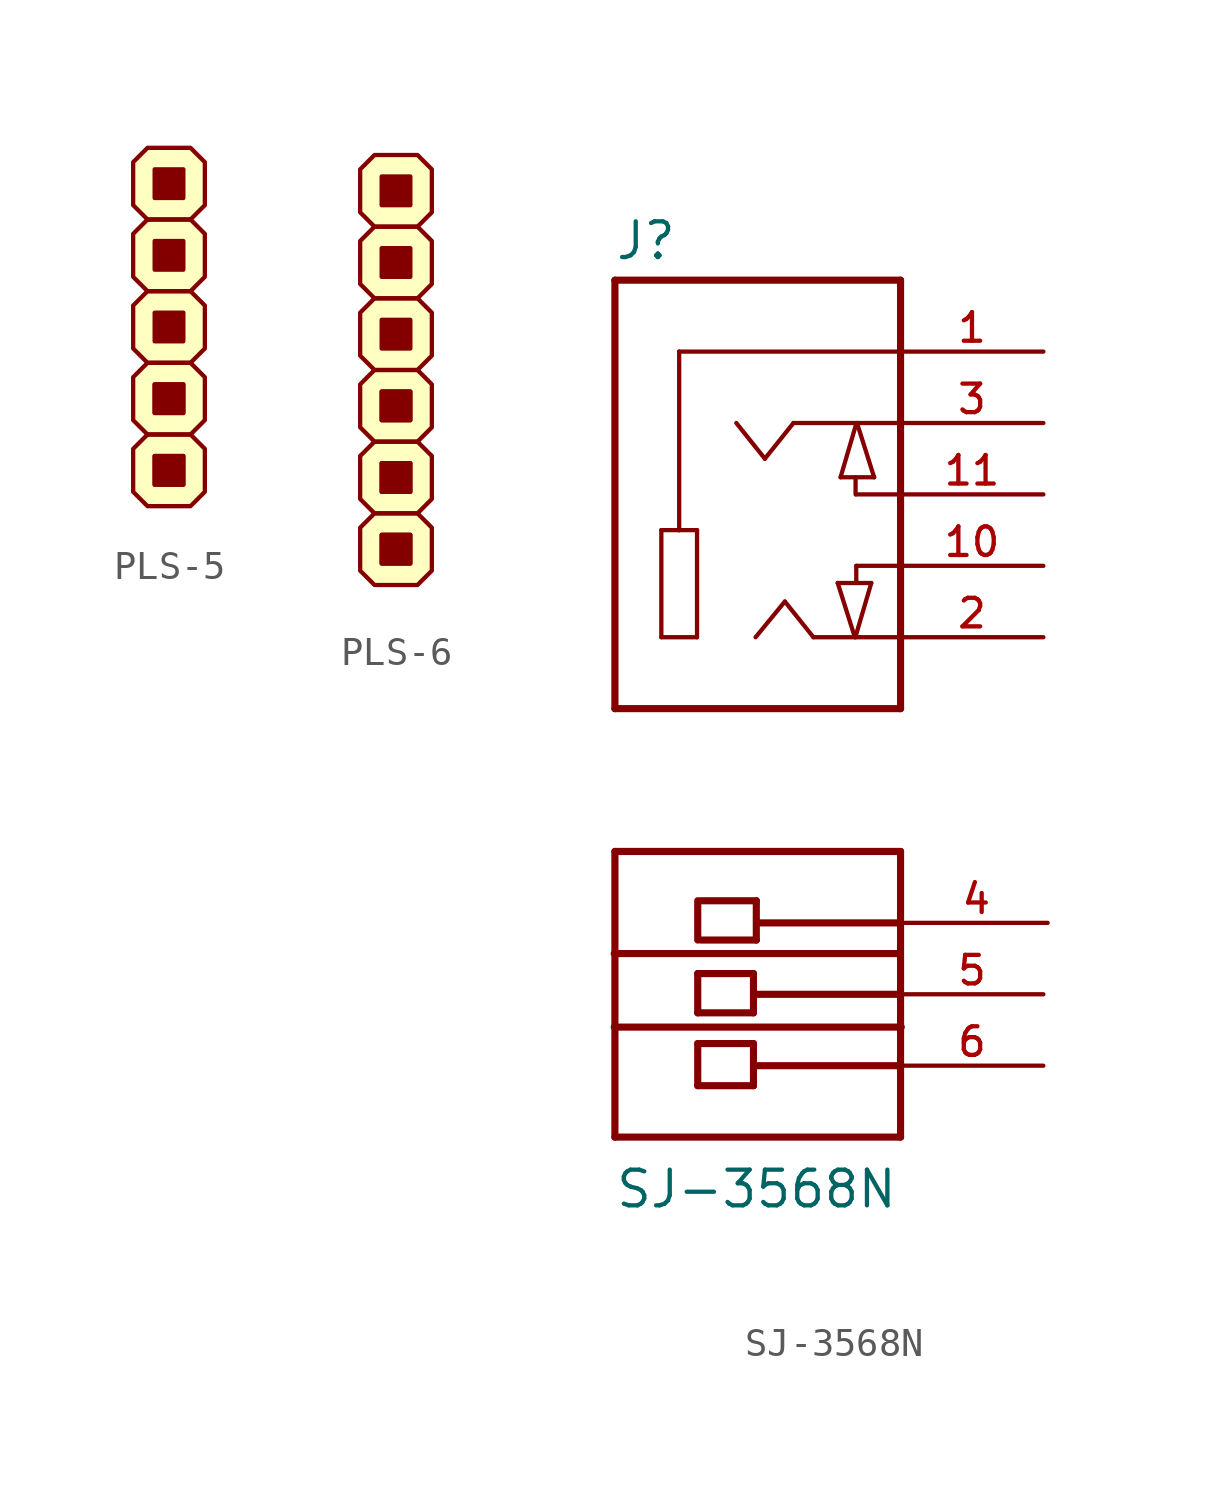
<source format=kicad_sym>
(kicad_symbol_lib
  (version 20220914)
  (generator kicad_symbol_editor)
  (symbol "PLS-5"
    (pin_names
      (offset 1.016))
    (property "Reference" "J"
      (at 0 10.16 0)
      (effects (font (size 1.27 1.27)) hide))
    (symbol "PLS-5_0_1"
      (rectangle (start -0.508 -4.572) (end 0.508 -5.588) (stroke (width 0) (type solid)) (fill (type outline)))
      (rectangle (start -0.508 -4.572) (end 0.508 -5.588) (stroke (width 0) (type solid)) (fill (type outline)))
      (rectangle (start -0.508 -2.032) (end 0.508 -3.048) (stroke (width 0) (type solid)) (fill (type outline)))
      (rectangle (start -0.508 -2.032) (end 0.508 -3.048) (stroke (width 0) (type solid)) (fill (type outline)))
      (rectangle (start -0.508 0.508) (end 0.508 -0.508) (stroke (width 0) (type solid)) (fill (type outline)))
      (rectangle (start -0.508 3.048) (end 0.508 2.032) (stroke (width 0) (type solid)) (fill (type outline)))
      (rectangle (start -0.508 5.588) (end 0.508 4.572) (stroke (width 0) (type solid)) (fill (type outline)))
      (polyline (pts (xy -1.27 -4.318) (xy -0.762 -3.81) (xy 0.762 -3.81) (xy 1.27 -4.318) (xy 1.27 -5.842) (xy 0.762 -6.35) (xy -0.762 -6.35) (xy -1.27 -5.842) (xy -1.27 -4.318)) (stroke (width 0) (type solid)) (fill (type background)))
      (polyline (pts (xy -1.27 -1.778) (xy -0.762 -1.27) (xy 0.762 -1.27) (xy 1.27 -1.778) (xy 1.27 -3.302) (xy 0.762 -3.81) (xy -0.762 -3.81) (xy -1.27 -3.302) (xy -1.27 -1.778)) (stroke (width 0) (type solid)) (fill (type background)))
      (polyline (pts (xy -1.27 0.762) (xy -0.762 1.27) (xy 0.762 1.27) (xy 1.27 0.762) (xy 1.27 -0.762) (xy 0.762 -1.27) (xy -0.762 -1.27) (xy -1.27 -0.762) (xy -1.27 0.762)) (stroke (width 0) (type solid)) (fill (type background)))
      (polyline (pts (xy -1.27 3.302) (xy -0.762 3.81) (xy 0.762 3.81) (xy 1.27 3.302) (xy 1.27 1.778) (xy 0.762 1.27) (xy -0.762 1.27) (xy -1.27 1.778) (xy -1.27 3.302)) (stroke (width 0) (type solid)) (fill (type background)))
      (polyline (pts (xy -1.27 5.842) (xy -0.762 6.35) (xy 0.762 6.35) (xy 1.27 5.842) (xy 1.27 4.318) (xy 0.762 3.81) (xy -0.762 3.81) (xy -1.27 4.318) (xy -1.27 5.842)) (stroke (width 0) (type solid)) (fill (type background))))
    (symbol "PLS-5_1_1"
      (pin passive line (at 0 -5.08 0) (length 0) (name "~" (effects (font (size 1.27 1.27)))) (number "~" (effects (font (size 1.27 1.27)))))
      (pin passive line (at 0 -5.08 0) (length 0) (name "~" (effects (font (size 1.27 1.27)))) (number "~" (effects (font (size 1.27 1.27)))))
      (pin passive line (at 0 -2.54 0) (length 0) (name "~" (effects (font (size 1.27 1.27)))) (number "~" (effects (font (size 1.27 1.27)))))
      (pin passive line (at 0 -2.54 0) (length 0) (name "~" (effects (font (size 1.27 1.27)))) (number "~" (effects (font (size 1.27 1.27)))))
      (pin passive line (at 0 0 0) (length 0) (name "~" (effects (font (size 1.27 1.27)))) (number "~" (effects (font (size 1.27 1.27)))))
      (pin passive line (at 0 2.54 0) (length 0) (name "~" (effects (font (size 1.27 1.27)))) (number "~" (effects (font (size 1.27 1.27)))))
      (pin passive line (at 0 5.08 0) (length 0) (name "~" (effects (font (size 1.27 1.27)))) (number "~" (effects (font (size 1.27 1.27)))))))
  (symbol "PLS-6"
    (pin_names
      (offset 1.016))
    (property "Reference" "J"
      (at 0 11.43 0)
      (effects (font (size 1.27 1.27)) hide))
    (symbol "PLS-6_0_1"
      (rectangle (start -0.508 -5.842) (end 0.508 -6.858) (stroke (width 0) (type solid)) (fill (type outline)))
      (rectangle (start -0.508 -5.842) (end 0.508 -6.858) (stroke (width 0) (type solid)) (fill (type outline)))
      (rectangle (start -0.508 -3.302) (end 0.508 -4.318) (stroke (width 0) (type solid)) (fill (type outline)))
      (rectangle (start -0.508 -3.302) (end 0.508 -4.318) (stroke (width 0) (type solid)) (fill (type outline)))
      (rectangle (start -0.508 -0.762) (end 0.508 -1.778) (stroke (width 0) (type solid)) (fill (type outline)))
      (rectangle (start -0.508 -0.762) (end 0.508 -1.778) (stroke (width 0) (type solid)) (fill (type outline)))
      (rectangle (start -0.508 1.778) (end 0.508 0.762) (stroke (width 0) (type solid)) (fill (type outline)))
      (rectangle (start -0.508 4.318) (end 0.508 3.302) (stroke (width 0) (type solid)) (fill (type outline)))
      (rectangle (start -0.508 6.858) (end 0.508 5.842) (stroke (width 0) (type solid)) (fill (type outline)))
      (polyline (pts (xy -1.27 -5.588) (xy -0.762 -5.08) (xy 0.762 -5.08) (xy 1.27 -5.588) (xy 1.27 -7.112) (xy 0.762 -7.62) (xy -0.762 -7.62) (xy -1.27 -7.112) (xy -1.27 -5.588)) (stroke (width 0) (type solid)) (fill (type background)))
      (polyline (pts (xy -1.27 -3.048) (xy -0.762 -2.54) (xy 0.762 -2.54) (xy 1.27 -3.048) (xy 1.27 -4.572) (xy 0.762 -5.08) (xy -0.762 -5.08) (xy -1.27 -4.572) (xy -1.27 -3.048)) (stroke (width 0) (type solid)) (fill (type background)))
      (polyline (pts (xy -1.27 -0.508) (xy -0.762 0) (xy 0.762 0) (xy 1.27 -0.508) (xy 1.27 -2.032) (xy 0.762 -2.54) (xy -0.762 -2.54) (xy -1.27 -2.032) (xy -1.27 -0.508)) (stroke (width 0) (type solid)) (fill (type background)))
      (polyline (pts (xy -1.27 2.032) (xy -0.762 2.54) (xy 0.762 2.54) (xy 1.27 2.032) (xy 1.27 0.508) (xy 0.762 0) (xy -0.762 0) (xy -1.27 0.508) (xy -1.27 2.032)) (stroke (width 0) (type solid)) (fill (type background)))
      (polyline (pts (xy -1.27 4.572) (xy -0.762 5.08) (xy 0.762 5.08) (xy 1.27 4.572) (xy 1.27 3.048) (xy 0.762 2.54) (xy -0.762 2.54) (xy -1.27 3.048) (xy -1.27 4.572)) (stroke (width 0) (type solid)) (fill (type background)))
      (polyline (pts (xy -1.27 7.112) (xy -0.762 7.62) (xy 0.762 7.62) (xy 1.27 7.112) (xy 1.27 5.588) (xy 0.762 5.08) (xy -0.762 5.08) (xy -1.27 5.588) (xy -1.27 7.112)) (stroke (width 0) (type solid)) (fill (type background))))
    (symbol "PLS-6_1_1"
      (pin passive line (at 0 -6.35 0) (length 0) (name "~" (effects (font (size 1.27 1.27)))) (number "~" (effects (font (size 1.27 1.27)))))
      (pin passive line (at 0 -6.35 0) (length 0) (name "~" (effects (font (size 1.27 1.27)))) (number "~" (effects (font (size 1.27 1.27)))))
      (pin passive line (at 0 -3.81 0) (length 0) (name "~" (effects (font (size 1.27 1.27)))) (number "~" (effects (font (size 1.27 1.27)))))
      (pin passive line (at 0 -3.81 0) (length 0) (name "~" (effects (font (size 1.27 1.27)))) (number "~" (effects (font (size 1.27 1.27)))))
      (pin passive line (at 0 -1.27 0) (length 0) (name "~" (effects (font (size 1.27 1.27)))) (number "~" (effects (font (size 1.27 1.27)))))
      (pin passive line (at 0 -1.27 0) (length 0) (name "~" (effects (font (size 1.27 1.27)))) (number "~" (effects (font (size 1.27 1.27)))))
      (pin passive line (at 0 1.27 0) (length 0) (name "~" (effects (font (size 1.27 1.27)))) (number "~" (effects (font (size 1.27 1.27)))))
      (pin passive line (at 0 3.81 0) (length 0) (name "~" (effects (font (size 1.27 1.27)))) (number "~" (effects (font (size 1.27 1.27)))))
      (pin passive line (at 0 6.35 0) (length 0) (name "~" (effects (font (size 1.27 1.27)))) (number "~" (effects (font (size 1.27 1.27)))))))
  (symbol "SJ-3568N"
    (pin_names
      (offset 1.016) hide)
    (property "Reference" "J"
      (at -5.105 15.9 0)
      (effects (font (size 1.27 1.27)) (justify left bottom)))
    (property "Value" "SJ-3568N"
      (at -5.105 -17.831 0)
      (effects (font (size 1.27 1.27)) (justify left bottom)))
    (property "ki_locked" ""
      (at 0 0 0)
      (effects (font (size 1.27 1.27))))
    (symbol "SJ-3568N_0_0"
      (polyline (pts (xy -5.105 -8.712) (xy 5.004 -8.712)) (stroke (width 0.254) (type solid)) (fill (type none)))
      (polyline (pts (xy -5.08 -15.24) (xy 5.08 -15.24)) (stroke (width 0.254) (type solid)) (fill (type none)))
      (polyline (pts (xy -5.08 -5.08) (xy -5.08 -15.24)) (stroke (width 0.254) (type solid)) (fill (type none)))
      (polyline (pts (xy -5.08 0) (xy 5.08 0)) (stroke (width 0.254) (type solid)) (fill (type none)))
      (polyline (pts (xy -5.08 15.24) (xy -5.08 0)) (stroke (width 0.254) (type solid)) (fill (type none)))
      (polyline (pts (xy -3.429 2.54) (xy -2.159 2.54)) (stroke (width 0.152) (type solid)) (fill (type none)))
      (polyline (pts (xy -3.429 6.35) (xy -3.429 2.54)) (stroke (width 0.152) (type solid)) (fill (type none)))
      (polyline (pts (xy -2.794 6.35) (xy -3.429 6.35)) (stroke (width 0.152) (type solid)) (fill (type none)))
      (polyline (pts (xy -2.794 6.35) (xy -2.794 12.7)) (stroke (width 0.152) (type solid)) (fill (type none)))
      (polyline (pts (xy -2.794 12.7) (xy 5.08 12.7)) (stroke (width 0.152) (type solid)) (fill (type none)))
      (polyline (pts (xy -2.159 2.54) (xy -2.159 6.35)) (stroke (width 0.152) (type solid)) (fill (type none)))
      (polyline (pts (xy -2.159 6.35) (xy -2.794 6.35)) (stroke (width 0.152) (type solid)) (fill (type none)))
      (polyline (pts (xy -2.134 -13.411) (xy -2.134 -11.913)) (stroke (width 0.254) (type solid)) (fill (type none)))
      (polyline (pts (xy -2.134 -11.913) (xy -0.152 -11.913)) (stroke (width 0.254) (type solid)) (fill (type none)))
      (polyline (pts (xy -2.134 -10.82) (xy -2.134 -9.423)) (stroke (width 0.254) (type solid)) (fill (type none)))
      (polyline (pts (xy -2.134 -9.423) (xy -0.152 -9.423)) (stroke (width 0.254) (type solid)) (fill (type none)))
      (polyline (pts (xy -2.134 -6.833) (xy -2.134 -8.23)) (stroke (width 0.254) (type solid)) (fill (type none)))
      (polyline (pts (xy -2.032 -8.23) (xy -0.051 -8.23)) (stroke (width 0.254) (type solid)) (fill (type none)))
      (polyline (pts (xy -0.152 -13.411) (xy -2.134 -13.411)) (stroke (width 0.254) (type solid)) (fill (type none)))
      (polyline (pts (xy -0.152 -11.913) (xy -0.152 -13.411)) (stroke (width 0.254) (type solid)) (fill (type none)))
      (polyline (pts (xy -0.152 -10.82) (xy -2.134 -10.82)) (stroke (width 0.254) (type solid)) (fill (type none)))
      (polyline (pts (xy -0.152 -9.423) (xy -0.152 -10.82)) (stroke (width 0.254) (type solid)) (fill (type none)))
      (polyline (pts (xy -0.076 2.54) (xy 0.965 3.81)) (stroke (width 0.152) (type solid)) (fill (type none)))
      (polyline (pts (xy -0.051 -8.23) (xy -0.051 -6.833)) (stroke (width 0.254) (type solid)) (fill (type none)))
      (polyline (pts (xy -0.051 -6.833) (xy -2.032 -6.833)) (stroke (width 0.254) (type solid)) (fill (type none)))
      (polyline (pts (xy 0 -12.7) (xy 5.08 -12.7)) (stroke (width 0.254) (type solid)) (fill (type none)))
      (polyline (pts (xy 0 -10.16) (xy 5.08 -10.16)) (stroke (width 0.254) (type solid)) (fill (type none)))
      (polyline (pts (xy 0 -7.62) (xy 5.08 -7.62)) (stroke (width 0.254) (type solid)) (fill (type none)))
      (polyline (pts (xy 0.254 8.89) (xy -0.762 10.16)) (stroke (width 0.152) (type solid)) (fill (type none)))
      (polyline (pts (xy 0.965 3.81) (xy 1.981 2.54)) (stroke (width 0.152) (type solid)) (fill (type none)))
      (polyline (pts (xy 1.27 10.16) (xy 0.254 8.89)) (stroke (width 0.152) (type solid)) (fill (type none)))
      (polyline (pts (xy 2.845 4.47) (xy 3.454 2.54)) (stroke (width 0.152) (type solid)) (fill (type none)))
      (polyline (pts (xy 2.845 4.47) (xy 4.039 4.47)) (stroke (width 0.152) (type solid)) (fill (type none)))
      (polyline (pts (xy 2.946 8.23) (xy 3.505 10.135)) (stroke (width 0.152) (type solid)) (fill (type none)))
      (polyline (pts (xy 3.48 2.565) (xy 3.48 2.54)) (stroke (width 0.152) (type solid)) (fill (type none)))
      (polyline (pts (xy 3.48 7.62) (xy 3.48 8.23)) (stroke (width 0.152) (type solid)) (fill (type none)))
      (polyline (pts (xy 3.505 5.08) (xy 3.505 4.47)) (stroke (width 0.152) (type solid)) (fill (type none)))
      (polyline (pts (xy 3.505 5.08) (xy 5.08 5.08)) (stroke (width 0.152) (type solid)) (fill (type none)))
      (polyline (pts (xy 3.505 7.62) (xy 5.08 7.62)) (stroke (width 0.152) (type solid)) (fill (type none)))
      (polyline (pts (xy 3.505 10.135) (xy 3.505 10.16)) (stroke (width 0.152) (type solid)) (fill (type none)))
      (polyline (pts (xy 4.039 4.47) (xy 3.48 2.565)) (stroke (width 0.152) (type solid)) (fill (type none)))
      (polyline (pts (xy 4.14 8.23) (xy 2.946 8.23)) (stroke (width 0.152) (type solid)) (fill (type none)))
      (polyline (pts (xy 4.14 8.23) (xy 3.531 10.16)) (stroke (width 0.152) (type solid)) (fill (type none)))
      (polyline (pts (xy 5.08 -15.24) (xy 5.08 -12.7)) (stroke (width 0.254) (type solid)) (fill (type none)))
      (polyline (pts (xy 5.08 -12.7) (xy 5.08 -10.16)) (stroke (width 0.254) (type solid)) (fill (type none)))
      (polyline (pts (xy 5.08 -10.16) (xy 5.08 -7.62)) (stroke (width 0.254) (type solid)) (fill (type none)))
      (polyline (pts (xy 5.08 -7.62) (xy 5.08 -5.08)) (stroke (width 0.254) (type solid)) (fill (type none)))
      (polyline (pts (xy 5.08 -5.08) (xy -5.08 -5.08)) (stroke (width 0.254) (type solid)) (fill (type none)))
      (polyline (pts (xy 5.08 2.54) (xy 1.981 2.54)) (stroke (width 0.152) (type solid)) (fill (type none)))
      (polyline (pts (xy 5.08 2.54) (xy 5.08 0)) (stroke (width 0.254) (type solid)) (fill (type none)))
      (polyline (pts (xy 5.08 7.62) (xy 5.08 2.54)) (stroke (width 0.254) (type solid)) (fill (type none)))
      (polyline (pts (xy 5.08 10.16) (xy 1.27 10.16)) (stroke (width 0.152) (type solid)) (fill (type none)))
      (polyline (pts (xy 5.08 15.24) (xy -5.08 15.24)) (stroke (width 0.254) (type solid)) (fill (type none)))
      (polyline (pts (xy 5.08 15.24) (xy 5.08 7.62)) (stroke (width 0.254) (type solid)) (fill (type none)))
      (polyline (pts (xy 5.105 -11.328) (xy -5.105 -11.328)) (stroke (width 0.254) (type solid)) (fill (type none)))
      (pin passive line (at 10.16 12.7 180) (length 5.08) (name "~" (effects (font (size 1.016 1.016)))) (number "1" (effects (font (size 1.016 1.016)))))
      (pin passive line (at 10.16 5.08 180) (length 5.08) (name "~" (effects (font (size 1.016 1.016)))) (number "10" (effects (font (size 1.016 1.016)))))
      (pin passive line (at 10.16 7.62 180) (length 5.08) (name "~" (effects (font (size 1.016 1.016)))) (number "11" (effects (font (size 1.016 1.016)))))
      (pin passive line (at 10.16 2.54 180) (length 5.08) (name "~" (effects (font (size 1.016 1.016)))) (number "2" (effects (font (size 1.016 1.016)))))
      (pin passive line (at 10.16 10.16 180) (length 5.08) (name "~" (effects (font (size 1.016 1.016)))) (number "3" (effects (font (size 1.016 1.016)))))
      (pin passive line (at 10.312 -7.62 180) (length 5.08) (name "~" (effects (font (size 1.016 1.016)))) (number "4" (effects (font (size 1.016 1.016)))))
      (pin passive line (at 10.16 -10.16 180) (length 5.08) (name "~" (effects (font (size 1.016 1.016)))) (number "5" (effects (font (size 1.016 1.016)))))
      (pin passive line (at 10.16 -12.7 180) (length 5.08) (name "~" (effects (font (size 1.016 1.016)))) (number "6" (effects (font (size 1.016 1.016))))))))
</source>
